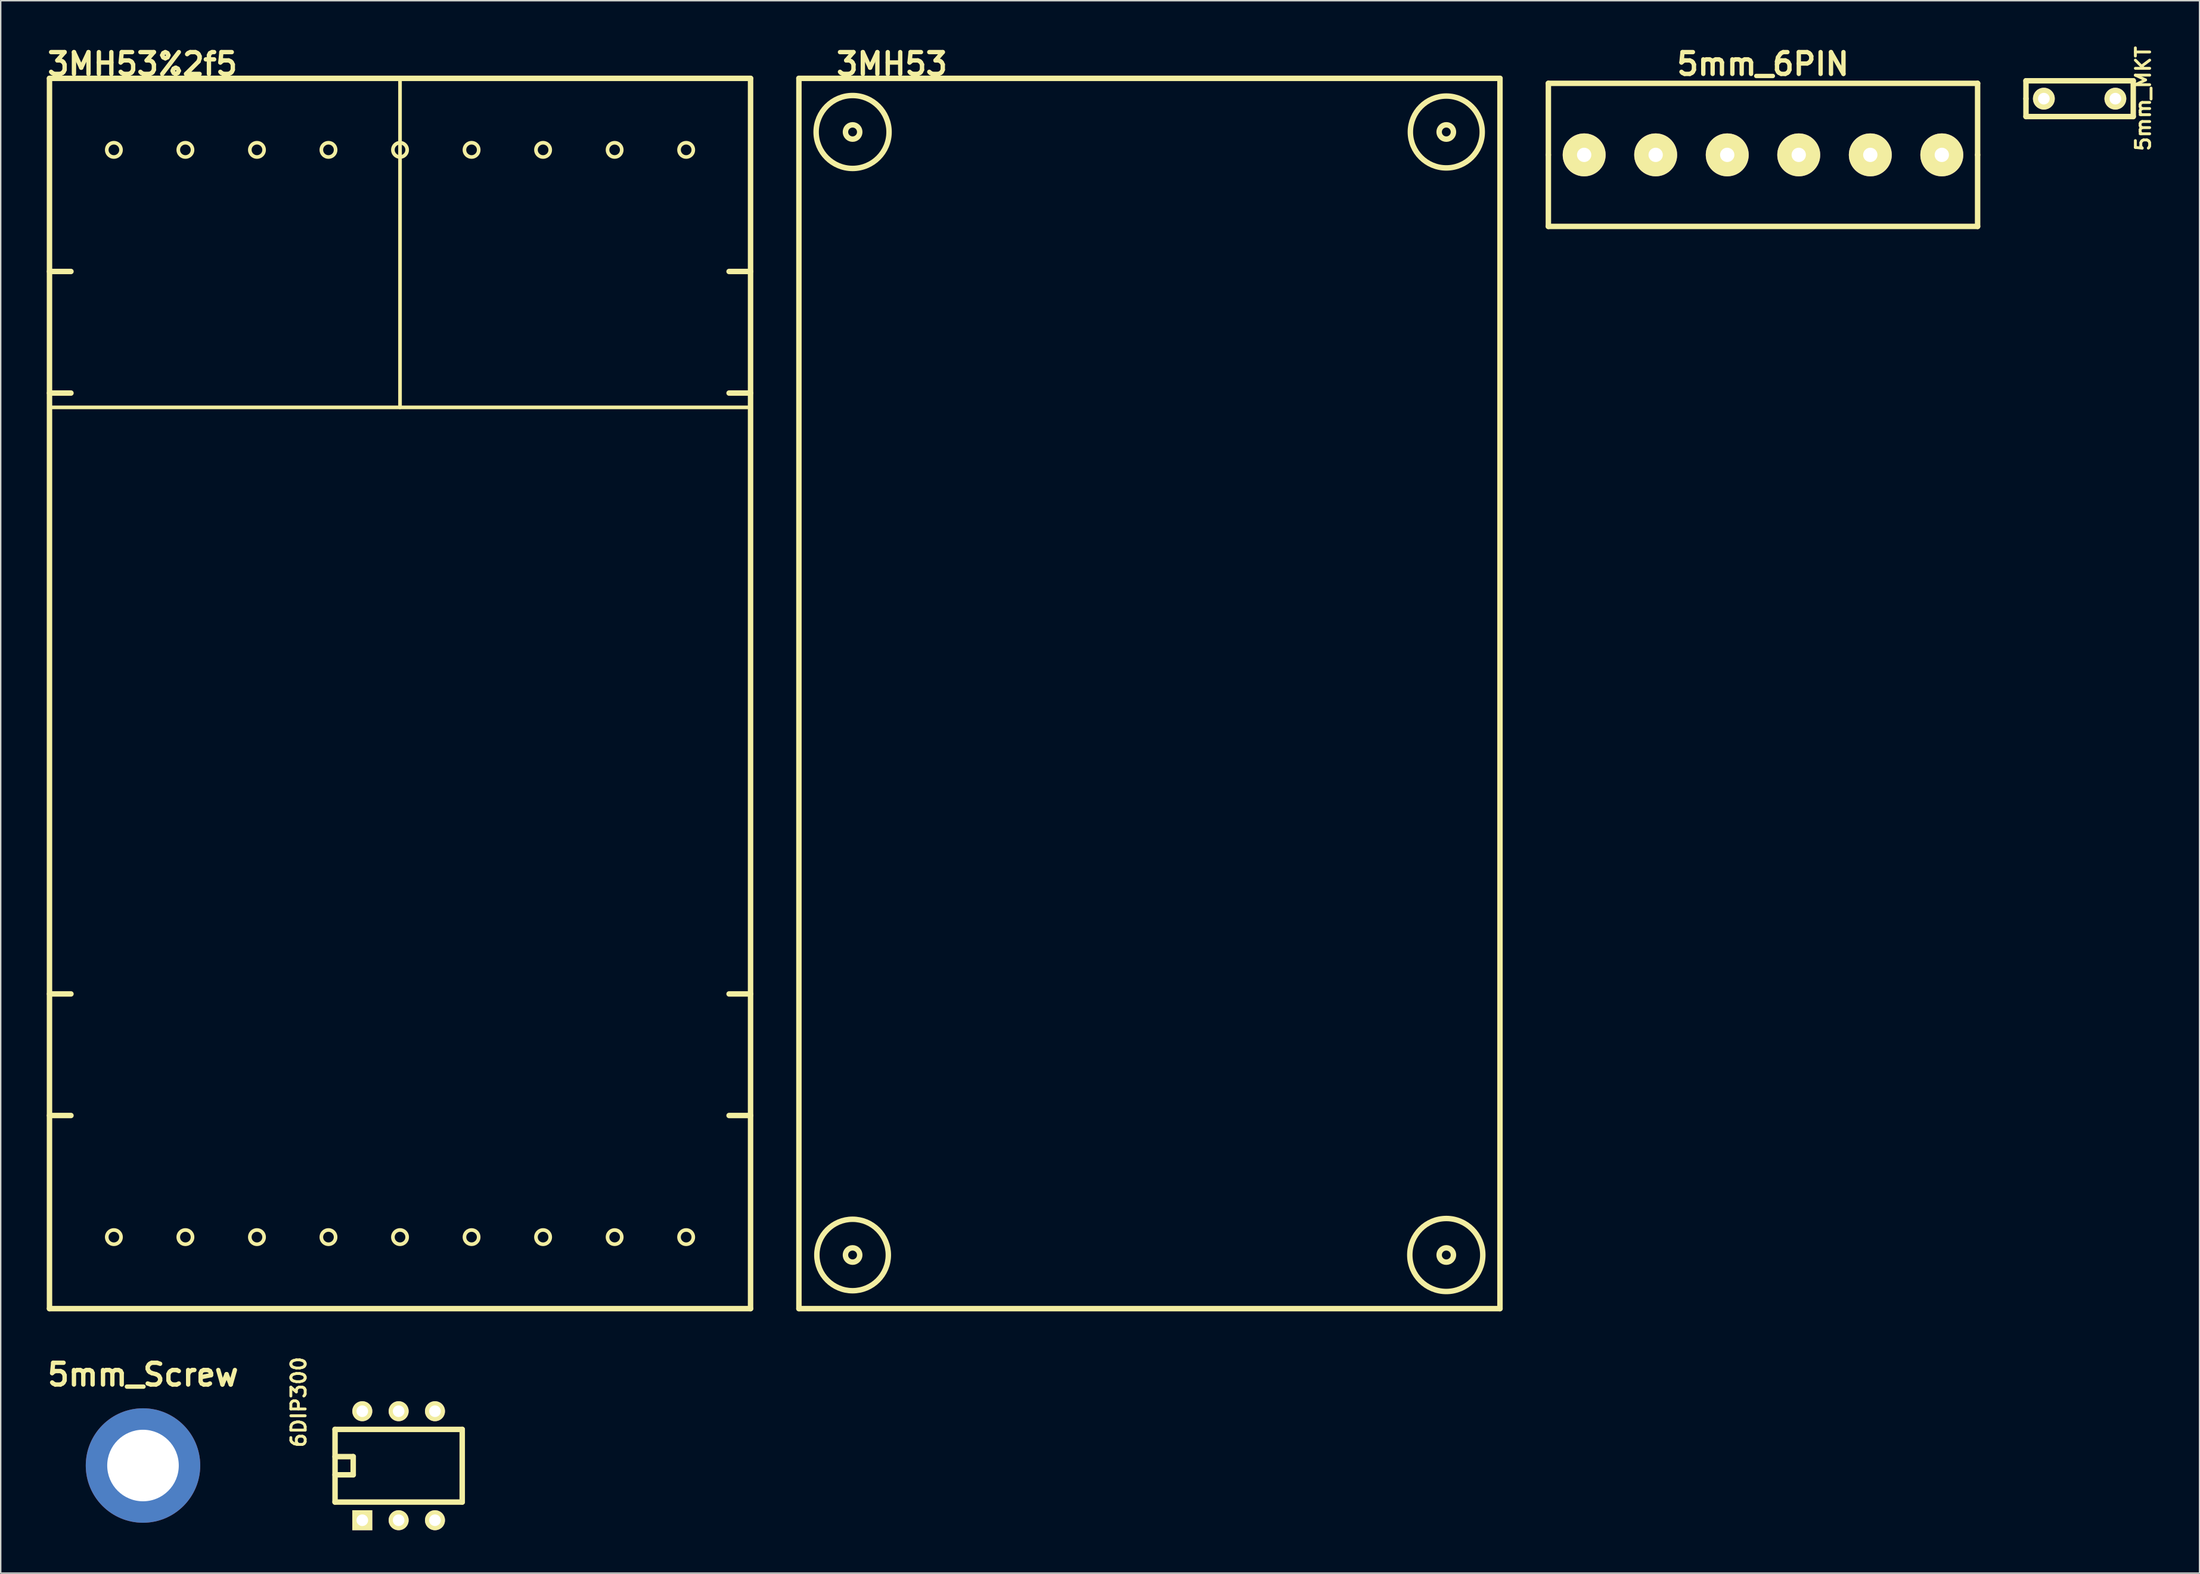
<source format=kicad_pcb>
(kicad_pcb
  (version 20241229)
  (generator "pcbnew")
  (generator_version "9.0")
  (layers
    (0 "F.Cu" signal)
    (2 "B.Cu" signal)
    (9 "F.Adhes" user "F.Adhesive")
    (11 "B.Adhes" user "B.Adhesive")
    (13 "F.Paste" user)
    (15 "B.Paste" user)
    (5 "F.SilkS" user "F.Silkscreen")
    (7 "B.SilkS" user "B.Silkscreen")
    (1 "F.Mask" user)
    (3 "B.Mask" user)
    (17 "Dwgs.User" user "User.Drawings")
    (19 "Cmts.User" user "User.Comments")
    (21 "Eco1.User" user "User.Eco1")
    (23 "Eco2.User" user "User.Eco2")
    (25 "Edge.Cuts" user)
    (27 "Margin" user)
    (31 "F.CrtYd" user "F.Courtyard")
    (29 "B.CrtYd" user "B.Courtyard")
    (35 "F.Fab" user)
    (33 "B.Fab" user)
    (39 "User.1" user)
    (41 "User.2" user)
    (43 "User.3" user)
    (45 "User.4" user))
  (footprint "3MH53%2f5"
    (layer "F.Cu")
    (at 24.91 45.427)
    (property "Reference" "3MH53%2f5" (at -18.001 -44 0) (layer "F.SilkS") (effects (font (size 1.524 1.524) (thickness 0.305))))
    (attr through_hole)
    (fp_line (start -24.501 -43) (end 24.501 -43) (stroke (width 0.381) (type solid)) (layer "F.SilkS"))
    (fp_line (start -24.501 -29.5) (end -23 -29.5) (stroke (width 0.381) (type solid)) (layer "F.SilkS"))
    (fp_line (start -24.501 -21.001) (end -23 -21.001) (stroke (width 0.381) (type solid)) (layer "F.SilkS"))
    (fp_line (start -24.501 -20) (end 24.501 -20) (stroke (width 0.254) (type solid)) (layer "F.SilkS"))
    (fp_line (start -24.501 21.001) (end -23 21.001) (stroke (width 0.381) (type solid)) (layer "F.SilkS"))
    (fp_line (start -24.501 29.5) (end -23 29.5) (stroke (width 0.381) (type solid)) (layer "F.SilkS"))
    (fp_line (start -24.501 43) (end -24.501 -43) (stroke (width 0.381) (type solid)) (layer "F.SilkS"))
    (fp_line (start 0 -43) (end 0 -20) (stroke (width 0.254) (type solid)) (layer "F.SilkS"))
    (fp_line (start 24.501 -43) (end 24.501 43) (stroke (width 0.381) (type solid)) (layer "F.SilkS"))
    (fp_line (start 24.501 -29.5) (end 23 -29.5) (stroke (width 0.381) (type solid)) (layer "F.SilkS"))
    (fp_line (start 24.501 -21.001) (end 23 -21.001) (stroke (width 0.381) (type solid)) (layer "F.SilkS"))
    (fp_line (start 24.501 21.001) (end 23 21.001) (stroke (width 0.381) (type solid)) (layer "F.SilkS"))
    (fp_line (start 24.501 29.5) (end 23 29.5) (stroke (width 0.381) (type solid)) (layer "F.SilkS"))
    (fp_line (start 24.501 43) (end -24.501 43) (stroke (width 0.381) (type solid)) (layer "F.SilkS"))
    (fp_circle (center -20 -38.001) (end -19.5 -38.001) (stroke (width 0.254) (type solid)) (fill no) (layer "F.SilkS"))
    (fp_circle (center -20 38.001) (end -19.5 38.001) (stroke (width 0.254) (type solid)) (fill no) (layer "F.SilkS"))
    (fp_circle (center -15.001 -38.001) (end -14.501 -38.001) (stroke (width 0.254) (type solid)) (fill no) (layer "F.SilkS"))
    (fp_circle (center -15.001 38.001) (end -14.501 38.001) (stroke (width 0.254) (type solid)) (fill no) (layer "F.SilkS"))
    (fp_circle (center -10 -38.001) (end -9.5 -38.001) (stroke (width 0.254) (type solid)) (fill no) (layer "F.SilkS"))
    (fp_circle (center -10 38.001) (end -9.5 38.001) (stroke (width 0.254) (type solid)) (fill no) (layer "F.SilkS"))
    (fp_circle (center -5.001 -38.001) (end -4.501 -38.001) (stroke (width 0.254) (type solid)) (fill no) (layer "F.SilkS"))
    (fp_circle (center -5.001 38.001) (end -4.501 38.001) (stroke (width 0.254) (type solid)) (fill no) (layer "F.SilkS"))
    (fp_circle (center 0 -38.001) (end 0.5 -38.001) (stroke (width 0.254) (type solid)) (fill no) (layer "F.SilkS"))
    (fp_circle (center 0 38.001) (end 0.5 38.001) (stroke (width 0.254) (type solid)) (fill no) (layer "F.SilkS"))
    (fp_circle (center 5.001 -38.001) (end 5.001 -37.501) (stroke (width 0.254) (type solid)) (fill no) (layer "F.SilkS"))
    (fp_circle (center 5.001 38.001) (end 5.499 38.001) (stroke (width 0.254) (type solid)) (fill no) (layer "F.SilkS"))
    (fp_circle (center 10 -38.001) (end 10.5 -38.001) (stroke (width 0.254) (type solid)) (fill no) (layer "F.SilkS"))
    (fp_circle (center 10 38.001) (end 10.5 38.001) (stroke (width 0.254) (type solid)) (fill no) (layer "F.SilkS"))
    (fp_circle (center 15.001 -38.001) (end 15.499 -38.001) (stroke (width 0.254) (type solid)) (fill no) (layer "F.SilkS"))
    (fp_circle (center 15.001 38.001) (end 15.499 38.001) (stroke (width 0.254) (type solid)) (fill no) (layer "F.SilkS"))
    (fp_circle (center 20 -38.001) (end 20.5 -38.001) (stroke (width 0.254) (type solid)) (fill no) (layer "F.SilkS"))
    (fp_circle (center 20 38.001) (end 20.5 38.001) (stroke (width 0.254) (type solid)) (fill no) (layer "F.SilkS")))
  (footprint "5mm_MKT"
    (layer "F.Cu")
    (at 142.307 3.847)
    (property "Reference" "5mm_MKT" (at 4.445 0 90) (layer "F.SilkS") (effects (font (size 1.001 1.001) (thickness 0.201))))
    (attr through_hole)
    (fp_line (start -3.749 -1.25) (end 3.749 -1.25) (stroke (width 0.381) (type solid)) (layer "F.SilkS"))
    (fp_line (start -3.749 0) (end -3.749 -1.25) (stroke (width 0.381) (type solid)) (layer "F.SilkS"))
    (fp_line (start -3.749 1.25) (end -3.749 0) (stroke (width 0.381) (type solid)) (layer "F.SilkS"))
    (fp_line (start 3.749 -1.25) (end 3.749 1.25) (stroke (width 0.381) (type solid)) (layer "F.SilkS"))
    (fp_line (start 3.749 1.25) (end -3.749 1.25) (stroke (width 0.381) (type solid)) (layer "F.SilkS"))
    (pad "1" thru_hole circle (at -2.499 0) (size 1.524 1.524) (drill 0.813) (layers "*.Cu" "*.Mask" "F.SilkS"))
    (pad "2" thru_hole circle (at 2.499 0) (size 1.524 1.524) (drill 0.813) (layers "*.Cu" "*.Mask" "F.SilkS")))
  (footprint "3MH53"
    (layer "F.Cu")
    (at 77.292 45.427)
    (property "Reference" "3MH53" (at -18.001 -44 0) (layer "F.SilkS") (effects (font (size 1.524 1.524) (thickness 0.305))))
    (attr through_hole)
    (fp_line (start -24.501 -43) (end 24.501 -43) (stroke (width 0.381) (type solid)) (layer "F.SilkS"))
    (fp_line (start -24.501 43) (end -24.501 -43) (stroke (width 0.381) (type solid)) (layer "F.SilkS"))
    (fp_line (start 24.501 -43) (end 24.501 43) (stroke (width 0.381) (type solid)) (layer "F.SilkS"))
    (fp_line (start 24.501 43) (end -24.501 43) (stroke (width 0.381) (type solid)) (layer "F.SilkS"))
    (fp_circle (center -20.749 -39.251) (end -20.249 -39.251) (stroke (width 0.381) (type solid)) (fill no) (layer "F.SilkS"))
    (fp_circle (center -20.749 -39.251) (end -18.25 -38.75) (stroke (width 0.381) (type solid)) (fill no) (layer "F.SilkS"))
    (fp_circle (center -20.749 39.251) (end -20.249 39.251) (stroke (width 0.381) (type solid)) (fill no) (layer "F.SilkS"))
    (fp_circle (center -20.749 39.251) (end -18.75 40.749) (stroke (width 0.381) (type solid)) (fill no) (layer "F.SilkS"))
    (fp_circle (center 20.749 -39.251) (end 18.25 -39.5) (stroke (width 0.381) (type solid)) (fill no) (layer "F.SilkS"))
    (fp_circle (center 20.749 -39.251) (end 21.25 -39.251) (stroke (width 0.381) (type solid)) (fill no) (layer "F.SilkS"))
    (fp_circle (center 20.749 39.251) (end 21.25 39.251) (stroke (width 0.381) (type solid)) (fill no) (layer "F.SilkS"))
    (fp_circle (center 20.749 39.251) (end 23.251 39.751) (stroke (width 0.381) (type solid)) (fill no) (layer "F.SilkS")))
  (footprint "6DIP300"
    (layer "F.Cu")
    (at 24.813 99.408)
    (property "Reference" "6DIP300" (at -6.985 -4.445 90) (layer "F.SilkS") (effects (font (size 1.001 1.001) (thickness 0.201))))
    (attr through_hole)
    (fp_line (start -4.445 -2.54) (end 4.445 -2.54) (stroke (width 0.381) (type solid)) (layer "F.SilkS"))
    (fp_line (start -4.445 -0.635) (end -3.175 -0.635) (stroke (width 0.381) (type solid)) (layer "F.SilkS"))
    (fp_line (start -4.445 2.54) (end -4.445 -2.54) (stroke (width 0.381) (type solid)) (layer "F.SilkS"))
    (fp_line (start -3.175 -0.635) (end -3.175 0.635) (stroke (width 0.381) (type solid)) (layer "F.SilkS"))
    (fp_line (start -3.175 0.635) (end -4.445 0.635) (stroke (width 0.381) (type solid)) (layer "F.SilkS"))
    (fp_line (start 4.445 -2.54) (end 4.445 2.54) (stroke (width 0.381) (type solid)) (layer "F.SilkS"))
    (fp_line (start 4.445 2.54) (end -4.445 2.54) (stroke (width 0.381) (type solid)) (layer "F.SilkS"))
    (pad "1" thru_hole rect (at -2.54 3.81) (size 1.397 1.397) (drill 0.813) (layers "*.Cu" "*.Mask" "F.SilkS"))
    (pad "2" thru_hole circle (at 0 3.81) (size 1.397 1.397) (drill 0.813) (layers "*.Cu" "*.Mask" "F.SilkS"))
    (pad "3" thru_hole circle (at 2.54 3.81) (size 1.397 1.397) (drill 0.813) (layers "*.Cu" "*.Mask" "F.SilkS"))
    (pad "4" thru_hole circle (at 2.54 -3.81) (size 1.397 1.397) (drill 0.813) (layers "*.Cu" "*.Mask" "F.SilkS"))
    (pad "5" thru_hole circle (at 0 -3.81) (size 1.397 1.397) (drill 0.813) (layers "*.Cu" "*.Mask" "F.SilkS"))
    (pad "6" thru_hole circle (at -2.54 -3.81) (size 1.397 1.397) (drill 0.813) (layers "*.Cu" "*.Mask" "F.SilkS")))
  (footprint "5mm_Screw"
    (layer "F.Cu")
    (at 6.945 99.394)
    (property "Reference" "5mm_Screw" (at 0 -6.35 0) (layer "F.SilkS") (effects (font (size 1.524 1.524) (thickness 0.305))))
    (attr through_hole)
    (pad "PE" thru_hole circle (at 0 0) (size 8.001 8.001) (drill 5.001) (layers "B.Cu")))
  (footprint "5mm_6PIN"
    (layer "F.Cu")
    (at 120.176 7.776)
    (property "Reference" "5mm_6PIN" (at 0 -6.35 0) (layer "F.SilkS") (effects (font (size 1.524 1.524) (thickness 0.305))))
    (attr through_hole)
    (fp_line (start -15.001 -5.001) (end 15.001 -5.001) (stroke (width 0.381) (type solid)) (layer "F.SilkS"))
    (fp_line (start -15.001 0) (end -15.001 -5.001) (stroke (width 0.381) (type solid)) (layer "F.SilkS"))
    (fp_line (start -15.001 5.001) (end -15.001 0) (stroke (width 0.381) (type solid)) (layer "F.SilkS"))
    (fp_line (start 15.001 -5.001) (end 15.001 0) (stroke (width 0.381) (type solid)) (layer "F.SilkS"))
    (fp_line (start 15.001 0) (end 15.001 5.001) (stroke (width 0.381) (type solid)) (layer "F.SilkS"))
    (fp_line (start 15.001 5.001) (end -15.001 5.001) (stroke (width 0.381) (type solid)) (layer "F.SilkS"))
    (pad "1" thru_hole circle (at -12.499 0) (size 3 3) (drill 1.001) (layers "*.Cu" "*.Mask" "F.SilkS"))
    (pad "2" thru_hole circle (at -7.501 0) (size 3 3) (drill 1.001) (layers "*.Cu" "*.Mask" "F.SilkS"))
    (pad "3" thru_hole circle (at -2.499 0) (size 3 3) (drill 1.001) (layers "*.Cu" "*.Mask" "F.SilkS"))
    (pad "4" thru_hole circle (at 2.499 0) (size 3 3) (drill 1.001) (layers "*.Cu" "*.Mask" "F.SilkS"))
    (pad "5" thru_hole circle (at 7.501 0) (size 3 3) (drill 1.001) (layers "*.Cu" "*.Mask" "F.SilkS"))
    (pad "6" thru_hole circle (at 12.499 0) (size 3 3) (drill 1.001) (layers "*.Cu" "*.Mask" "F.SilkS")))
  (gr_rect
    (start -3 -3)
    (end 150.689 106.917)
    (stroke (width 0.1) (type default))
    (fill no)
    (layer "Edge.Cuts")))
</source>
